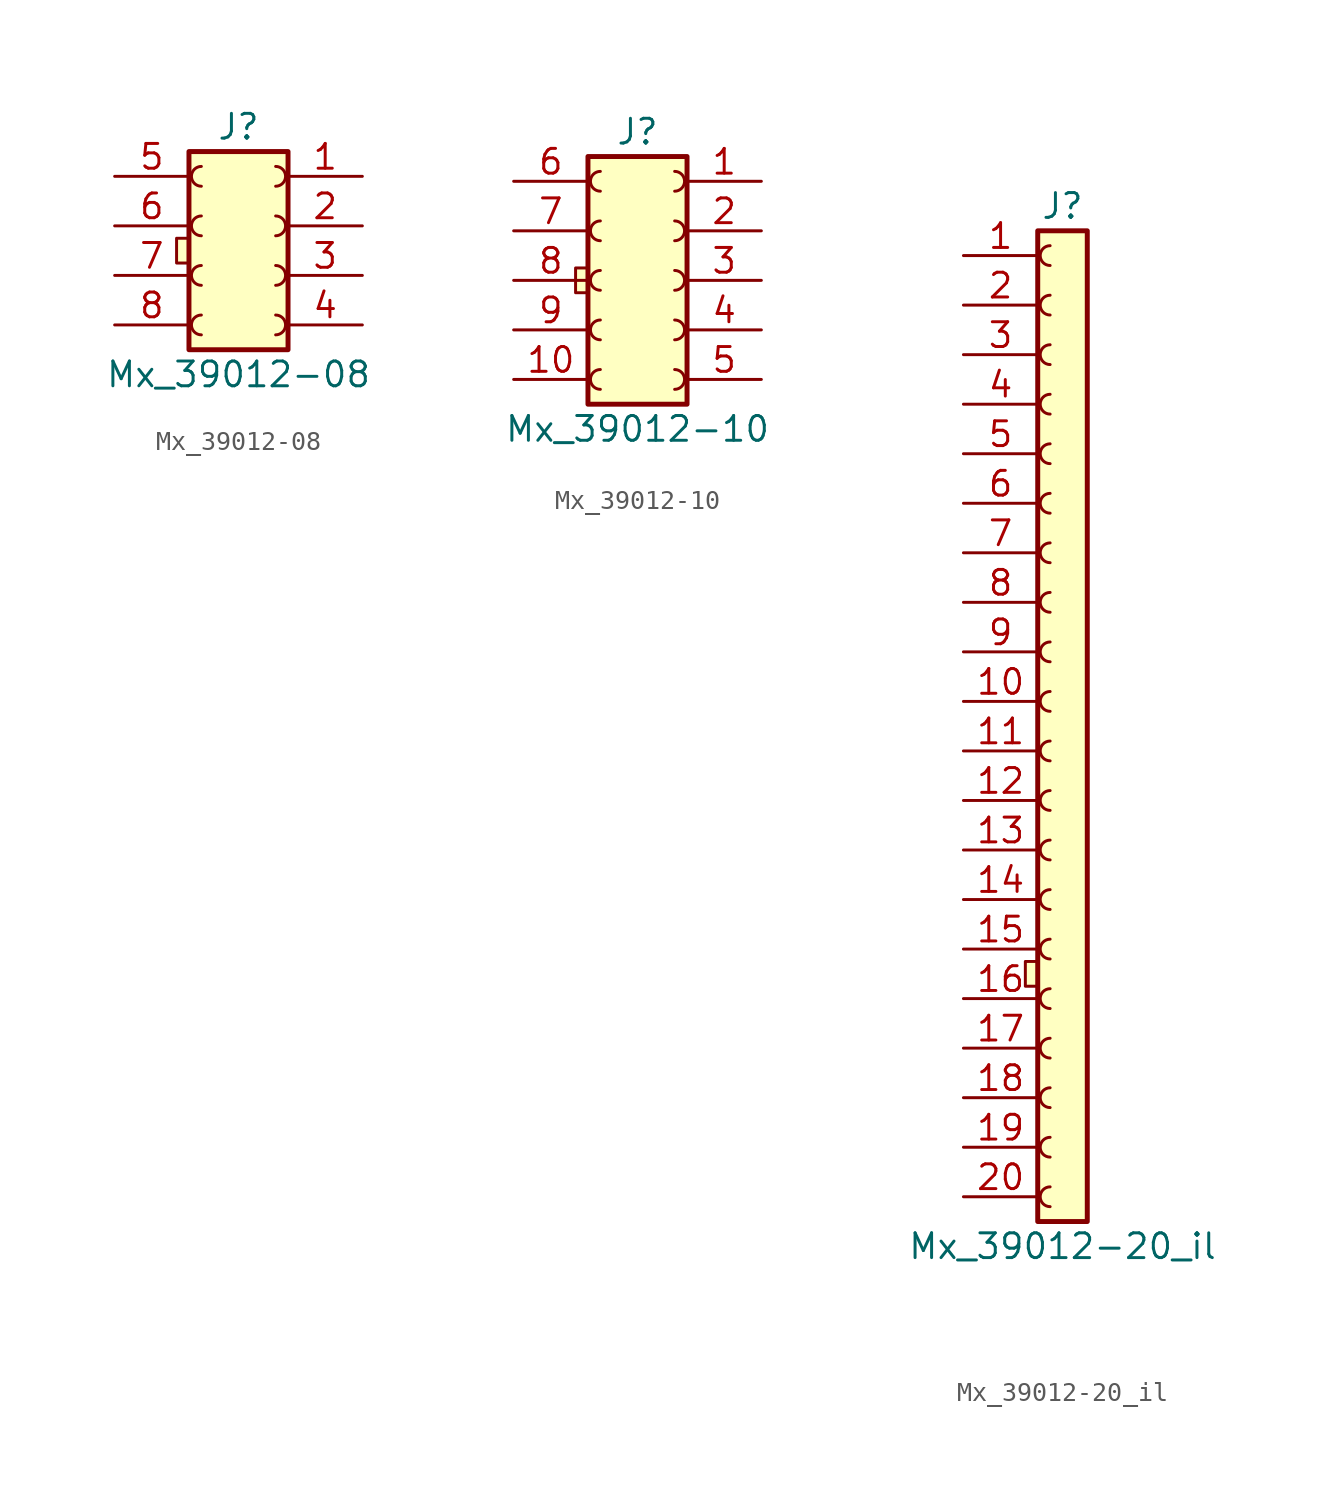
<source format=kicad_sym>
(kicad_symbol_lib
  (version 20211014)
  (generator kicad_symbol_editor)
  (symbol "Mx_39012-08"
    (pin_names
      (offset 1.016) hide)
    (property "Reference" "J"
      (at 0 6.35 0)
      (effects (font (size 1.27 1.27))))
    (property "Value" "Mx_39012-08"
      (at 0 -6.35 0)
      (effects (font (size 1.27 1.27))))
    (symbol "Mx_39012-08_0_1"
      (rectangle (start -3.175 0.635) (end -2.54 -0.635) (stroke (width 0) (type default) (color 0 0 0 0)) (fill (type background))))
    (symbol "Mx_39012-08_1_1"
      (arc (start -1.905 -3.302) (mid -2.413 -3.81) (end -1.905 -4.318) (stroke (width 0) (type default) (color 0 0 0 0)) (fill (type none)))
      (arc (start -1.905 -0.762) (mid -2.413 -1.27) (end -1.905 -1.778) (stroke (width 0) (type default) (color 0 0 0 0)) (fill (type none)))
      (arc (start -1.905 1.778) (mid -2.413 1.27) (end -1.905 0.762) (stroke (width 0) (type default) (color 0 0 0 0)) (fill (type none)))
      (arc (start -1.905 4.318) (mid -2.413 3.81) (end -1.905 3.302) (stroke (width 0) (type default) (color 0 0 0 0)) (fill (type none)))
      (arc (start 1.905 -4.318) (mid 2.413 -3.81) (end 1.905 -3.302) (stroke (width 0) (type default) (color 0 0 0 0)) (fill (type none)))
      (arc (start 1.905 -1.778) (mid 2.413 -1.27) (end 1.905 -0.762) (stroke (width 0) (type default) (color 0 0 0 0)) (fill (type none)))
      (arc (start 1.905 0.762) (mid 2.413 1.27) (end 1.905 1.778) (stroke (width 0) (type default) (color 0 0 0 0)) (fill (type none)))
      (arc (start 1.905 3.302) (mid 2.413 3.81) (end 1.905 4.318) (stroke (width 0) (type default) (color 0 0 0 0)) (fill (type none)))
      (rectangle (start 2.54 5.08) (end -2.54 -5.08) (stroke (width 0.254) (type default) (color 0 0 0 0)) (fill (type background)))
      (pin passive line (at 6.35 3.81 180) (length 3.81) (name "Pin_1" (effects (font (size 1.27 1.27)))) (number "1" (effects (font (size 1.27 1.27)))))
      (pin passive line (at 6.35 1.27 180) (length 3.81) (name "Pin_2" (effects (font (size 1.27 1.27)))) (number "2" (effects (font (size 1.27 1.27)))))
      (pin passive line (at 6.35 -1.27 180) (length 3.81) (name "Pin_3" (effects (font (size 1.27 1.27)))) (number "3" (effects (font (size 1.27 1.27)))))
      (pin passive line (at 6.35 -3.81 180) (length 3.81) (name "Pin_4" (effects (font (size 1.27 1.27)))) (number "4" (effects (font (size 1.27 1.27)))))
      (pin passive line (at -6.35 3.81 0) (length 3.81) (name "Pin_5" (effects (font (size 1.27 1.27)))) (number "5" (effects (font (size 1.27 1.27)))))
      (pin passive line (at -6.35 1.27 0) (length 3.81) (name "Pin_6" (effects (font (size 1.27 1.27)))) (number "6" (effects (font (size 1.27 1.27)))))
      (pin passive line (at -6.35 -1.27 0) (length 3.81) (name "Pin_7" (effects (font (size 1.27 1.27)))) (number "7" (effects (font (size 1.27 1.27)))))
      (pin passive line (at -6.35 -3.81 0) (length 3.81) (name "Pin_8" (effects (font (size 1.27 1.27)))) (number "8" (effects (font (size 1.27 1.27)))))))
  (symbol "Mx_39012-10"
    (pin_names
      (offset 1.016) hide)
    (property "Reference" "J"
      (at 0 7.62 0)
      (effects (font (size 1.27 1.27))))
    (property "Value" "Mx_39012-10"
      (at 0 -7.62 0)
      (effects (font (size 1.27 1.27))))
    (symbol "Mx_39012-10_0_1"
      (rectangle (start -3.175 0.635) (end -2.54 -0.635) (stroke (width 0) (type default) (color 0 0 0 0)) (fill (type background))))
    (symbol "Mx_39012-10_1_1"
      (arc (start -1.905 -4.572) (mid -2.413 -5.08) (end -1.905 -5.588) (stroke (width 0) (type default) (color 0 0 0 0)) (fill (type none)))
      (arc (start -1.905 -2.032) (mid -2.413 -2.54) (end -1.905 -3.048) (stroke (width 0) (type default) (color 0 0 0 0)) (fill (type none)))
      (arc (start -1.905 0.508) (mid -2.413 0) (end -1.905 -0.508) (stroke (width 0) (type default) (color 0 0 0 0)) (fill (type none)))
      (arc (start -1.905 3.048) (mid -2.413 2.54) (end -1.905 2.032) (stroke (width 0) (type default) (color 0 0 0 0)) (fill (type none)))
      (arc (start -1.905 5.588) (mid -2.413 5.08) (end -1.905 4.572) (stroke (width 0) (type default) (color 0 0 0 0)) (fill (type none)))
      (arc (start 1.905 -5.588) (mid 2.413 -5.08) (end 1.905 -4.572) (stroke (width 0) (type default) (color 0 0 0 0)) (fill (type none)))
      (arc (start 1.905 -3.048) (mid 2.413 -2.54) (end 1.905 -2.032) (stroke (width 0) (type default) (color 0 0 0 0)) (fill (type none)))
      (arc (start 1.905 -0.508) (mid 2.413 0) (end 1.905 0.508) (stroke (width 0) (type default) (color 0 0 0 0)) (fill (type none)))
      (arc (start 1.905 2.032) (mid 2.413 2.54) (end 1.905 3.048) (stroke (width 0) (type default) (color 0 0 0 0)) (fill (type none)))
      (arc (start 1.905 4.572) (mid 2.413 5.08) (end 1.905 5.588) (stroke (width 0) (type default) (color 0 0 0 0)) (fill (type none)))
      (rectangle (start 2.54 6.35) (end -2.54 -6.35) (stroke (width 0.254) (type default) (color 0 0 0 0)) (fill (type background)))
      (pin passive line (at 6.35 5.08 180) (length 3.81) (name "Pin_1" (effects (font (size 1.27 1.27)))) (number "1" (effects (font (size 1.27 1.27)))))
      (pin passive line (at -6.35 -5.08 0) (length 3.81) (name "Pin_10" (effects (font (size 1.27 1.27)))) (number "10" (effects (font (size 1.27 1.27)))))
      (pin passive line (at 6.35 2.54 180) (length 3.81) (name "Pin_2" (effects (font (size 1.27 1.27)))) (number "2" (effects (font (size 1.27 1.27)))))
      (pin passive line (at 6.35 0 180) (length 3.81) (name "Pin_3" (effects (font (size 1.27 1.27)))) (number "3" (effects (font (size 1.27 1.27)))))
      (pin passive line (at 6.35 -2.54 180) (length 3.81) (name "Pin_4" (effects (font (size 1.27 1.27)))) (number "4" (effects (font (size 1.27 1.27)))))
      (pin passive line (at 6.35 -5.08 180) (length 3.81) (name "Pin_5" (effects (font (size 1.27 1.27)))) (number "5" (effects (font (size 1.27 1.27)))))
      (pin passive line (at -6.35 5.08 0) (length 3.81) (name "Pin_6" (effects (font (size 1.27 1.27)))) (number "6" (effects (font (size 1.27 1.27)))))
      (pin passive line (at -6.35 2.54 0) (length 3.81) (name "Pin_7" (effects (font (size 1.27 1.27)))) (number "7" (effects (font (size 1.27 1.27)))))
      (pin passive line (at -6.35 0 0) (length 3.81) (name "Pin_8" (effects (font (size 1.27 1.27)))) (number "8" (effects (font (size 1.27 1.27)))))
      (pin passive line (at -6.35 -2.54 0) (length 3.81) (name "Pin_9" (effects (font (size 1.27 1.27)))) (number "9" (effects (font (size 1.27 1.27)))))))
  (symbol "Mx_39012-20_il"
    (pin_names
      (offset 1.016) hide)
    (property "Reference" "J"
      (at 0 26.67 0)
      (effects (font (size 1.27 1.27))))
    (property "Value" "Mx_39012-20_il"
      (at 0 -26.67 0)
      (effects (font (size 1.27 1.27))))
    (symbol "Mx_39012-20_il_0_1"
      (rectangle (start -1.905 -12.065) (end -1.27 -13.335) (stroke (width 0) (type default) (color 0 0 0 0)) (fill (type background))))
    (symbol "Mx_39012-20_il_1_1"
      (arc (start -0.635 -23.622) (mid -1.143 -24.13) (end -0.635 -24.638) (stroke (width 0) (type default) (color 0 0 0 0)) (fill (type none)))
      (arc (start -0.635 -21.082) (mid -1.143 -21.59) (end -0.635 -22.098) (stroke (width 0) (type default) (color 0 0 0 0)) (fill (type none)))
      (arc (start -0.635 -18.542) (mid -1.143 -19.05) (end -0.635 -19.558) (stroke (width 0) (type default) (color 0 0 0 0)) (fill (type none)))
      (arc (start -0.635 -16.002) (mid -1.143 -16.51) (end -0.635 -17.018) (stroke (width 0) (type default) (color 0 0 0 0)) (fill (type none)))
      (arc (start -0.635 -13.462) (mid -1.143 -13.97) (end -0.635 -14.478) (stroke (width 0) (type default) (color 0 0 0 0)) (fill (type none)))
      (arc (start -0.635 -10.922) (mid -1.143 -11.43) (end -0.635 -11.938) (stroke (width 0) (type default) (color 0 0 0 0)) (fill (type none)))
      (arc (start -0.635 -8.382) (mid -1.143 -8.89) (end -0.635 -9.398) (stroke (width 0) (type default) (color 0 0 0 0)) (fill (type none)))
      (arc (start -0.635 -5.842) (mid -1.143 -6.35) (end -0.635 -6.858) (stroke (width 0) (type default) (color 0 0 0 0)) (fill (type none)))
      (arc (start -0.635 -3.302) (mid -1.143 -3.81) (end -0.635 -4.318) (stroke (width 0) (type default) (color 0 0 0 0)) (fill (type none)))
      (arc (start -0.635 -0.762) (mid -1.143 -1.27) (end -0.635 -1.778) (stroke (width 0) (type default) (color 0 0 0 0)) (fill (type none)))
      (arc (start -0.635 1.778) (mid -1.143 1.27) (end -0.635 0.762) (stroke (width 0) (type default) (color 0 0 0 0)) (fill (type none)))
      (arc (start -0.635 4.318) (mid -1.143 3.81) (end -0.635 3.302) (stroke (width 0) (type default) (color 0 0 0 0)) (fill (type none)))
      (arc (start -0.635 6.858) (mid -1.143 6.35) (end -0.635 5.842) (stroke (width 0) (type default) (color 0 0 0 0)) (fill (type none)))
      (arc (start -0.635 9.398) (mid -1.143 8.89) (end -0.635 8.382) (stroke (width 0) (type default) (color 0 0 0 0)) (fill (type none)))
      (arc (start -0.635 11.938) (mid -1.143 11.43) (end -0.635 10.922) (stroke (width 0) (type default) (color 0 0 0 0)) (fill (type none)))
      (arc (start -0.635 14.478) (mid -1.143 13.97) (end -0.635 13.462) (stroke (width 0) (type default) (color 0 0 0 0)) (fill (type none)))
      (arc (start -0.635 17.018) (mid -1.143 16.51) (end -0.635 16.002) (stroke (width 0) (type default) (color 0 0 0 0)) (fill (type none)))
      (arc (start -0.635 19.558) (mid -1.143 19.05) (end -0.635 18.542) (stroke (width 0) (type default) (color 0 0 0 0)) (fill (type none)))
      (arc (start -0.635 22.098) (mid -1.143 21.59) (end -0.635 21.082) (stroke (width 0) (type default) (color 0 0 0 0)) (fill (type none)))
      (arc (start -0.635 24.638) (mid -1.143 24.13) (end -0.635 23.622) (stroke (width 0) (type default) (color 0 0 0 0)) (fill (type none)))
      (rectangle (start 1.27 25.4) (end -1.27 -25.4) (stroke (width 0.254) (type default) (color 0 0 0 0)) (fill (type background)))
      (pin passive line (at -5.08 24.13 0) (length 3.81) (name "Pin_1" (effects (font (size 1.27 1.27)))) (number "1" (effects (font (size 1.27 1.27)))))
      (pin passive line (at -5.08 1.27 0) (length 3.81) (name "Pin_10" (effects (font (size 1.27 1.27)))) (number "10" (effects (font (size 1.27 1.27)))))
      (pin passive line (at -5.08 -1.27 0) (length 3.81) (name "Pin_11" (effects (font (size 1.27 1.27)))) (number "11" (effects (font (size 1.27 1.27)))))
      (pin passive line (at -5.08 -3.81 0) (length 3.81) (name "Pin_12" (effects (font (size 1.27 1.27)))) (number "12" (effects (font (size 1.27 1.27)))))
      (pin passive line (at -5.08 -6.35 0) (length 3.81) (name "Pin_13" (effects (font (size 1.27 1.27)))) (number "13" (effects (font (size 1.27 1.27)))))
      (pin passive line (at -5.08 -8.89 0) (length 3.81) (name "Pin_14" (effects (font (size 1.27 1.27)))) (number "14" (effects (font (size 1.27 1.27)))))
      (pin passive line (at -5.08 -11.43 0) (length 3.81) (name "Pin_15" (effects (font (size 1.27 1.27)))) (number "15" (effects (font (size 1.27 1.27)))))
      (pin passive line (at -5.08 -13.97 0) (length 3.81) (name "Pin_16" (effects (font (size 1.27 1.27)))) (number "16" (effects (font (size 1.27 1.27)))))
      (pin passive line (at -5.08 -16.51 0) (length 3.81) (name "Pin_17" (effects (font (size 1.27 1.27)))) (number "17" (effects (font (size 1.27 1.27)))))
      (pin passive line (at -5.08 -19.05 0) (length 3.81) (name "Pin_18" (effects (font (size 1.27 1.27)))) (number "18" (effects (font (size 1.27 1.27)))))
      (pin passive line (at -5.08 -21.59 0) (length 3.81) (name "Pin_19" (effects (font (size 1.27 1.27)))) (number "19" (effects (font (size 1.27 1.27)))))
      (pin passive line (at -5.08 21.59 0) (length 3.81) (name "Pin_2" (effects (font (size 1.27 1.27)))) (number "2" (effects (font (size 1.27 1.27)))))
      (pin passive line (at -5.08 -24.13 0) (length 3.81) (name "Pin_20" (effects (font (size 1.27 1.27)))) (number "20" (effects (font (size 1.27 1.27)))))
      (pin passive line (at -5.08 19.05 0) (length 3.81) (name "Pin_3" (effects (font (size 1.27 1.27)))) (number "3" (effects (font (size 1.27 1.27)))))
      (pin passive line (at -5.08 16.51 0) (length 3.81) (name "Pin_4" (effects (font (size 1.27 1.27)))) (number "4" (effects (font (size 1.27 1.27)))))
      (pin passive line (at -5.08 13.97 0) (length 3.81) (name "Pin_5" (effects (font (size 1.27 1.27)))) (number "5" (effects (font (size 1.27 1.27)))))
      (pin passive line (at -5.08 11.43 0) (length 3.81) (name "Pin_6" (effects (font (size 1.27 1.27)))) (number "6" (effects (font (size 1.27 1.27)))))
      (pin passive line (at -5.08 8.89 0) (length 3.81) (name "Pin_7" (effects (font (size 1.27 1.27)))) (number "7" (effects (font (size 1.27 1.27)))))
      (pin passive line (at -5.08 6.35 0) (length 3.81) (name "Pin_8" (effects (font (size 1.27 1.27)))) (number "8" (effects (font (size 1.27 1.27)))))
      (pin passive line (at -5.08 3.81 0) (length 3.81) (name "Pin_9" (effects (font (size 1.27 1.27)))) (number "9" (effects (font (size 1.27 1.27))))))))
</source>
